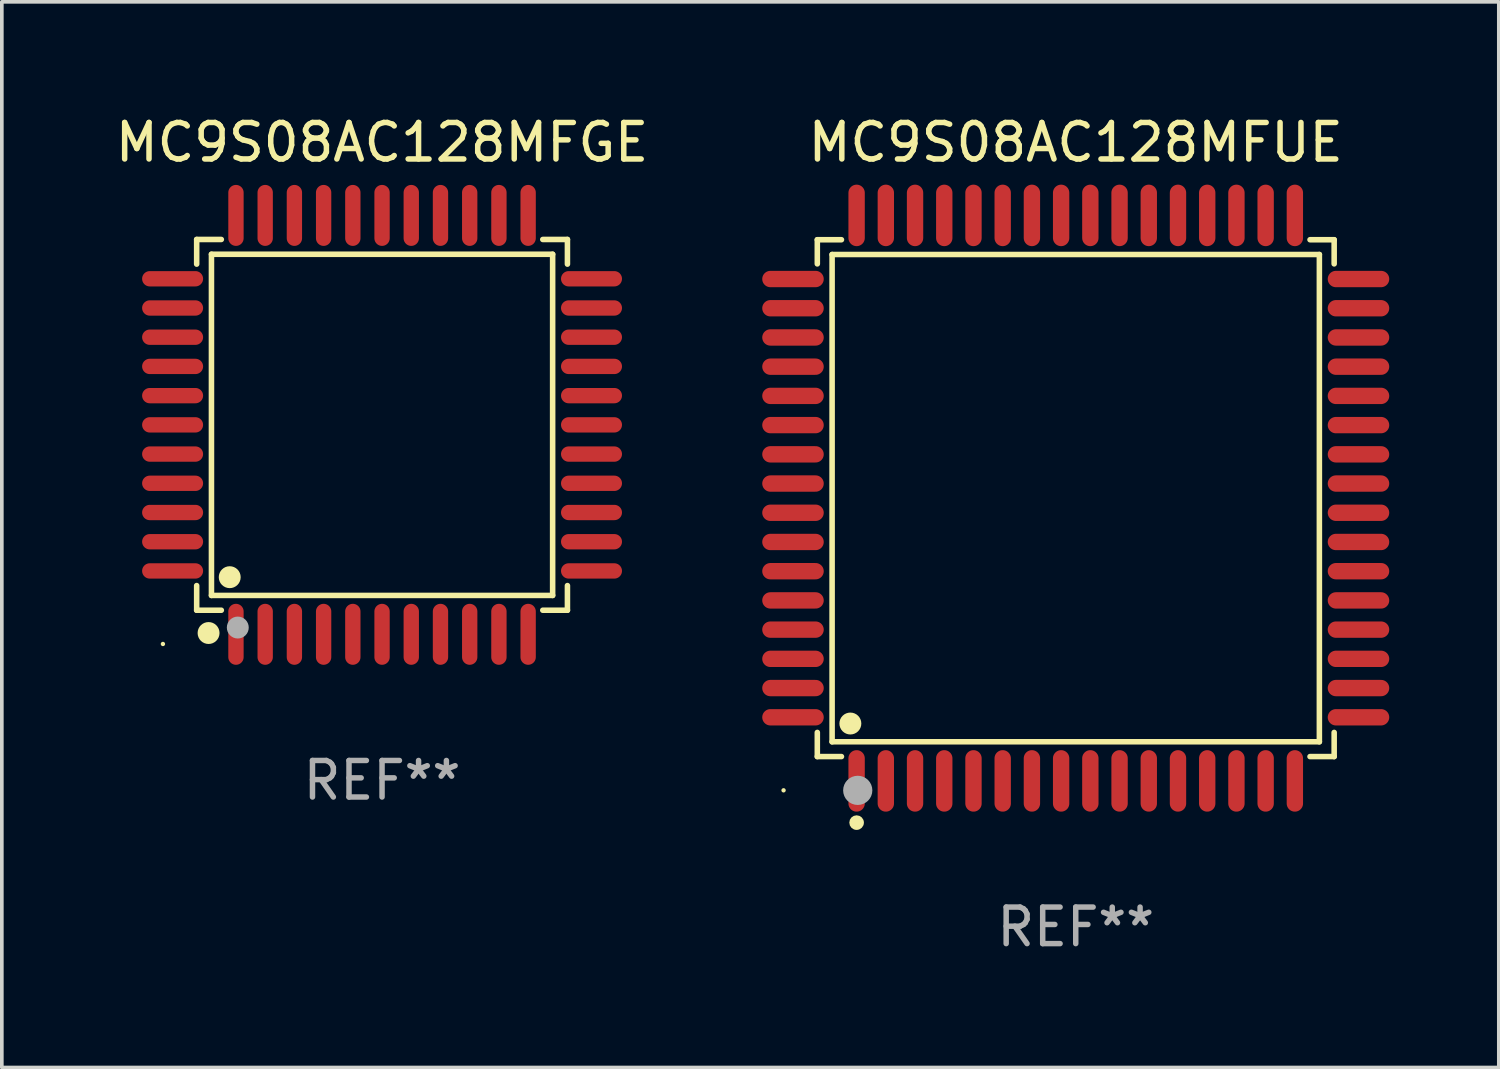
<source format=kicad_pcb>
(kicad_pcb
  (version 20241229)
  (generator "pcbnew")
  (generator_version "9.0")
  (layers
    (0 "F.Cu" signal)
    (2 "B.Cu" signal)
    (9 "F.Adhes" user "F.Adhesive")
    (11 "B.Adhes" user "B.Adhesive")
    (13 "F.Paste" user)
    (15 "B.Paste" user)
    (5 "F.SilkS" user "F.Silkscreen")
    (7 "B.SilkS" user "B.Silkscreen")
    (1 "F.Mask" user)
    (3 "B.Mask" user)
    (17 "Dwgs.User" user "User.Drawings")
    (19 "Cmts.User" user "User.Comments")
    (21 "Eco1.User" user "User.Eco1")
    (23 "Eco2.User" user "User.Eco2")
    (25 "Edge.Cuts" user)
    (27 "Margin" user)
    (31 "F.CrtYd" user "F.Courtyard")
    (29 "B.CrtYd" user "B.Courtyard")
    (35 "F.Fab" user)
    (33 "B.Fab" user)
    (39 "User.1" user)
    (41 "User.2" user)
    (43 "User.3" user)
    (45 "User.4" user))
  (footprint "MC9S08AC128MFUE"
    (layer "F.Cu")
    (at 26.405 10.59)
    (property "Reference" "MC9S08AC128MFUE" (at 0 -9.742 0) (layer "F.SilkS") (effects (font (size 1 1) (thickness 0.15))))
    (attr through_hole)
    (fp_line (start -7.076 -7.076) (end -6.415 -7.076) (stroke (width 0.152) (type solid)) (layer "F.SilkS"))
    (fp_line (start -7.076 -6.415) (end -7.076 -7.076) (stroke (width 0.152) (type solid)) (layer "F.SilkS"))
    (fp_line (start -7.076 6.415) (end -7.076 7.076) (stroke (width 0.152) (type solid)) (layer "F.SilkS"))
    (fp_line (start -7.076 7.076) (end -6.415 7.076) (stroke (width 0.152) (type solid)) (layer "F.SilkS"))
    (fp_line (start -6.671 -6.671) (end 6.671 -6.671) (stroke (width 0.152) (type solid)) (layer "F.SilkS"))
    (fp_line (start -6.671 6.671) (end -6.671 -6.671) (stroke (width 0.152) (type solid)) (layer "F.SilkS"))
    (fp_line (start 6.671 -6.671) (end 6.671 6.671) (stroke (width 0.152) (type solid)) (layer "F.SilkS"))
    (fp_line (start 6.671 6.671) (end -6.671 6.671) (stroke (width 0.152) (type solid)) (layer "F.SilkS"))
    (fp_line (start 7.076 -7.076) (end 6.415 -7.076) (stroke (width 0.152) (type solid)) (layer "F.SilkS"))
    (fp_line (start 7.076 -6.415) (end 7.076 -7.076) (stroke (width 0.152) (type solid)) (layer "F.SilkS"))
    (fp_line (start 7.076 6.415) (end 7.076 7.076) (stroke (width 0.152) (type solid)) (layer "F.SilkS"))
    (fp_line (start 7.076 7.076) (end 6.415 7.076) (stroke (width 0.152) (type solid)) (layer "F.SilkS"))
    (fp_circle (center -8 8) (end -7.97 8) (stroke (width 0.06) (type solid)) (fill no) (layer "F.SilkS"))
    (fp_circle (center -6.171 6.171) (end -6.021 6.171) (stroke (width 0.3) (type solid)) (fill no) (layer "F.SilkS"))
    (fp_circle (center -6 8.884) (end -5.9 8.884) (stroke (width 0.2) (type solid)) (fill no) (layer "F.SilkS"))
    (fp_circle (center -5.969 8.001) (end -5.769 8.001) (stroke (width 0.4) (type solid)) (fill no) (layer "F.Fab"))
    (fp_text user "REF**" (at 0 11.742 0) (layer "F.Fab") (effects (font (size 1 1) (thickness 0.15))))
    (pad "1" smd oval (at -6 7.742) (size 0.448 1.684) (layers "F.Cu" "F.Mask" "F.Paste"))
    (pad "2" smd oval (at -5.2 7.742) (size 0.448 1.684) (layers "F.Cu" "F.Mask" "F.Paste"))
    (pad "3" smd oval (at -4.4 7.742) (size 0.448 1.684) (layers "F.Cu" "F.Mask" "F.Paste"))
    (pad "4" smd oval (at -3.6 7.742) (size 0.448 1.684) (layers "F.Cu" "F.Mask" "F.Paste"))
    (pad "5" smd oval (at -2.8 7.742) (size 0.448 1.684) (layers "F.Cu" "F.Mask" "F.Paste"))
    (pad "6" smd oval (at -2 7.742) (size 0.448 1.684) (layers "F.Cu" "F.Mask" "F.Paste"))
    (pad "7" smd oval (at -1.2 7.742) (size 0.448 1.684) (layers "F.Cu" "F.Mask" "F.Paste"))
    (pad "8" smd oval (at -0.4 7.742) (size 0.448 1.684) (layers "F.Cu" "F.Mask" "F.Paste"))
    (pad "9" smd oval (at 0.4 7.742) (size 0.448 1.684) (layers "F.Cu" "F.Mask" "F.Paste"))
    (pad "10" smd oval (at 1.2 7.742) (size 0.448 1.684) (layers "F.Cu" "F.Mask" "F.Paste"))
    (pad "11" smd oval (at 2 7.742) (size 0.448 1.684) (layers "F.Cu" "F.Mask" "F.Paste"))
    (pad "12" smd oval (at 2.8 7.742) (size 0.448 1.684) (layers "F.Cu" "F.Mask" "F.Paste"))
    (pad "13" smd oval (at 3.6 7.742) (size 0.448 1.684) (layers "F.Cu" "F.Mask" "F.Paste"))
    (pad "14" smd oval (at 4.4 7.742) (size 0.448 1.684) (layers "F.Cu" "F.Mask" "F.Paste"))
    (pad "15" smd oval (at 5.2 7.742) (size 0.448 1.684) (layers "F.Cu" "F.Mask" "F.Paste"))
    (pad "16" smd oval (at 6 7.742) (size 0.448 1.684) (layers "F.Cu" "F.Mask" "F.Paste"))
    (pad "17" smd oval (at 7.742 6) (size 1.684 0.448) (layers "F.Cu" "F.Mask" "F.Paste"))
    (pad "18" smd oval (at 7.742 5.2) (size 1.684 0.448) (layers "F.Cu" "F.Mask" "F.Paste"))
    (pad "19" smd oval (at 7.742 4.4) (size 1.684 0.448) (layers "F.Cu" "F.Mask" "F.Paste"))
    (pad "20" smd oval (at 7.742 3.6) (size 1.684 0.448) (layers "F.Cu" "F.Mask" "F.Paste"))
    (pad "21" smd oval (at 7.742 2.8) (size 1.684 0.448) (layers "F.Cu" "F.Mask" "F.Paste"))
    (pad "22" smd oval (at 7.742 2) (size 1.684 0.448) (layers "F.Cu" "F.Mask" "F.Paste"))
    (pad "23" smd oval (at 7.742 1.2) (size 1.684 0.448) (layers "F.Cu" "F.Mask" "F.Paste"))
    (pad "24" smd oval (at 7.742 0.4) (size 1.684 0.448) (layers "F.Cu" "F.Mask" "F.Paste"))
    (pad "25" smd oval (at 7.742 -0.4) (size 1.684 0.448) (layers "F.Cu" "F.Mask" "F.Paste"))
    (pad "26" smd oval (at 7.742 -1.2) (size 1.684 0.448) (layers "F.Cu" "F.Mask" "F.Paste"))
    (pad "27" smd oval (at 7.742 -2) (size 1.684 0.448) (layers "F.Cu" "F.Mask" "F.Paste"))
    (pad "28" smd oval (at 7.742 -2.8) (size 1.684 0.448) (layers "F.Cu" "F.Mask" "F.Paste"))
    (pad "29" smd oval (at 7.742 -3.6) (size 1.684 0.448) (layers "F.Cu" "F.Mask" "F.Paste"))
    (pad "30" smd oval (at 7.742 -4.4) (size 1.684 0.448) (layers "F.Cu" "F.Mask" "F.Paste"))
    (pad "31" smd oval (at 7.742 -5.2) (size 1.684 0.448) (layers "F.Cu" "F.Mask" "F.Paste"))
    (pad "32" smd oval (at 7.742 -6) (size 1.684 0.448) (layers "F.Cu" "F.Mask" "F.Paste"))
    (pad "33" smd oval (at 6 -7.742) (size 0.448 1.684) (layers "F.Cu" "F.Mask" "F.Paste"))
    (pad "34" smd oval (at 5.2 -7.742) (size 0.448 1.684) (layers "F.Cu" "F.Mask" "F.Paste"))
    (pad "35" smd oval (at 4.4 -7.742) (size 0.448 1.684) (layers "F.Cu" "F.Mask" "F.Paste"))
    (pad "36" smd oval (at 3.6 -7.742) (size 0.448 1.684) (layers "F.Cu" "F.Mask" "F.Paste"))
    (pad "37" smd oval (at 2.8 -7.742) (size 0.448 1.684) (layers "F.Cu" "F.Mask" "F.Paste"))
    (pad "38" smd oval (at 2 -7.742) (size 0.448 1.684) (layers "F.Cu" "F.Mask" "F.Paste"))
    (pad "39" smd oval (at 1.2 -7.742) (size 0.448 1.684) (layers "F.Cu" "F.Mask" "F.Paste"))
    (pad "40" smd oval (at 0.4 -7.742) (size 0.448 1.684) (layers "F.Cu" "F.Mask" "F.Paste"))
    (pad "41" smd oval (at -0.4 -7.742) (size 0.448 1.684) (layers "F.Cu" "F.Mask" "F.Paste"))
    (pad "42" smd oval (at -1.2 -7.742) (size 0.448 1.684) (layers "F.Cu" "F.Mask" "F.Paste"))
    (pad "43" smd oval (at -2 -7.742) (size 0.448 1.684) (layers "F.Cu" "F.Mask" "F.Paste"))
    (pad "44" smd oval (at -2.8 -7.742) (size 0.448 1.684) (layers "F.Cu" "F.Mask" "F.Paste"))
    (pad "45" smd oval (at -3.6 -7.742) (size 0.448 1.684) (layers "F.Cu" "F.Mask" "F.Paste"))
    (pad "46" smd oval (at -4.4 -7.742) (size 0.448 1.684) (layers "F.Cu" "F.Mask" "F.Paste"))
    (pad "47" smd oval (at -5.2 -7.742) (size 0.448 1.684) (layers "F.Cu" "F.Mask" "F.Paste"))
    (pad "48" smd oval (at -6 -7.742) (size 0.448 1.684) (layers "F.Cu" "F.Mask" "F.Paste"))
    (pad "49" smd oval (at -7.742 -6) (size 1.684 0.448) (layers "F.Cu" "F.Mask" "F.Paste"))
    (pad "50" smd oval (at -7.742 -5.2) (size 1.684 0.448) (layers "F.Cu" "F.Mask" "F.Paste"))
    (pad "51" smd oval (at -7.742 -4.4) (size 1.684 0.448) (layers "F.Cu" "F.Mask" "F.Paste"))
    (pad "52" smd oval (at -7.742 -3.6) (size 1.684 0.448) (layers "F.Cu" "F.Mask" "F.Paste"))
    (pad "53" smd oval (at -7.742 -2.8) (size 1.684 0.448) (layers "F.Cu" "F.Mask" "F.Paste"))
    (pad "54" smd oval (at -7.742 -2) (size 1.684 0.448) (layers "F.Cu" "F.Mask" "F.Paste"))
    (pad "55" smd oval (at -7.742 -1.2) (size 1.684 0.448) (layers "F.Cu" "F.Mask" "F.Paste"))
    (pad "56" smd oval (at -7.742 -0.4) (size 1.684 0.448) (layers "F.Cu" "F.Mask" "F.Paste"))
    (pad "57" smd oval (at -7.742 0.4) (size 1.684 0.448) (layers "F.Cu" "F.Mask" "F.Paste"))
    (pad "58" smd oval (at -7.742 1.2) (size 1.684 0.448) (layers "F.Cu" "F.Mask" "F.Paste"))
    (pad "59" smd oval (at -7.742 2) (size 1.684 0.448) (layers "F.Cu" "F.Mask" "F.Paste"))
    (pad "60" smd oval (at -7.742 2.8) (size 1.684 0.448) (layers "F.Cu" "F.Mask" "F.Paste"))
    (pad "61" smd oval (at -7.742 3.6) (size 1.684 0.448) (layers "F.Cu" "F.Mask" "F.Paste"))
    (pad "62" smd oval (at -7.742 4.4) (size 1.684 0.448) (layers "F.Cu" "F.Mask" "F.Paste"))
    (pad "63" smd oval (at -7.742 5.2) (size 1.684 0.448) (layers "F.Cu" "F.Mask" "F.Paste"))
    (pad "64" smd oval (at -7.742 6) (size 1.684 0.448) (layers "F.Cu" "F.Mask" "F.Paste")))
  (footprint "MC9S08AC128MFGE"
    (layer "F.Cu")
    (at 7.411 8.583)
    (property "Reference" "MC9S08AC128MFGE" (at 0 -7.735 0) (layer "F.SilkS") (effects (font (size 1 1) (thickness 0.15))))
    (attr through_hole)
    (fp_line (start -5.076 -5.076) (end -4.401 -5.076) (stroke (width 0.152) (type solid)) (layer "F.SilkS"))
    (fp_line (start -5.076 -4.401) (end -5.076 -5.076) (stroke (width 0.152) (type solid)) (layer "F.SilkS"))
    (fp_line (start -5.076 4.401) (end -5.076 5.076) (stroke (width 0.152) (type solid)) (layer "F.SilkS"))
    (fp_line (start -5.076 5.076) (end -4.401 5.076) (stroke (width 0.152) (type solid)) (layer "F.SilkS"))
    (fp_line (start -4.671 -4.671) (end 4.671 -4.671) (stroke (width 0.152) (type solid)) (layer "F.SilkS"))
    (fp_line (start -4.671 4.671) (end -4.671 -4.671) (stroke (width 0.152) (type solid)) (layer "F.SilkS"))
    (fp_line (start 4.671 -4.671) (end 4.671 4.671) (stroke (width 0.152) (type solid)) (layer "F.SilkS"))
    (fp_line (start 4.671 4.671) (end -4.671 4.671) (stroke (width 0.152) (type solid)) (layer "F.SilkS"))
    (fp_line (start 5.076 -5.076) (end 4.401 -5.076) (stroke (width 0.152) (type solid)) (layer "F.SilkS"))
    (fp_line (start 5.076 -4.401) (end 5.076 -5.076) (stroke (width 0.152) (type solid)) (layer "F.SilkS"))
    (fp_line (start 5.076 4.401) (end 5.076 5.076) (stroke (width 0.152) (type solid)) (layer "F.SilkS"))
    (fp_line (start 5.076 5.076) (end 4.401 5.076) (stroke (width 0.152) (type solid)) (layer "F.SilkS"))
    (fp_circle (center -6 6) (end -5.97 6) (stroke (width 0.06) (type solid)) (fill no) (layer "F.SilkS"))
    (fp_circle (center -4.75 5.7) (end -4.6 5.7) (stroke (width 0.3) (type solid)) (fill no) (layer "F.SilkS"))
    (fp_circle (center -4.171 4.171) (end -4.021 4.171) (stroke (width 0.3) (type solid)) (fill no) (layer "F.SilkS"))
    (fp_circle (center -3.95 5.55) (end -3.8 5.55) (stroke (width 0.3) (type solid)) (fill no) (layer "F.Fab"))
    (fp_text user "REF**" (at 0 9.735 0) (layer "F.Fab") (effects (font (size 1 1) (thickness 0.15))))
    (pad "1" smd oval (at -4 5.735) (size 0.42 1.67) (layers "F.Cu" "F.Mask" "F.Paste"))
    (pad "2" smd oval (at -3.2 5.735) (size 0.42 1.67) (layers "F.Cu" "F.Mask" "F.Paste"))
    (pad "3" smd oval (at -2.4 5.735) (size 0.42 1.67) (layers "F.Cu" "F.Mask" "F.Paste"))
    (pad "4" smd oval (at -1.6 5.735) (size 0.42 1.67) (layers "F.Cu" "F.Mask" "F.Paste"))
    (pad "5" smd oval (at -0.8 5.735) (size 0.42 1.67) (layers "F.Cu" "F.Mask" "F.Paste"))
    (pad "6" smd oval (at 0 5.735) (size 0.42 1.67) (layers "F.Cu" "F.Mask" "F.Paste"))
    (pad "7" smd oval (at 0.8 5.735) (size 0.42 1.67) (layers "F.Cu" "F.Mask" "F.Paste"))
    (pad "8" smd oval (at 1.6 5.735) (size 0.42 1.67) (layers "F.Cu" "F.Mask" "F.Paste"))
    (pad "9" smd oval (at 2.4 5.735) (size 0.42 1.67) (layers "F.Cu" "F.Mask" "F.Paste"))
    (pad "10" smd oval (at 3.2 5.735) (size 0.42 1.67) (layers "F.Cu" "F.Mask" "F.Paste"))
    (pad "11" smd oval (at 4 5.735) (size 0.42 1.67) (layers "F.Cu" "F.Mask" "F.Paste"))
    (pad "12" smd oval (at 5.735 4) (size 1.67 0.42) (layers "F.Cu" "F.Mask" "F.Paste"))
    (pad "13" smd oval (at 5.735 3.2) (size 1.67 0.42) (layers "F.Cu" "F.Mask" "F.Paste"))
    (pad "14" smd oval (at 5.735 2.4) (size 1.67 0.42) (layers "F.Cu" "F.Mask" "F.Paste"))
    (pad "15" smd oval (at 5.735 1.6) (size 1.67 0.42) (layers "F.Cu" "F.Mask" "F.Paste"))
    (pad "16" smd oval (at 5.735 0.8) (size 1.67 0.42) (layers "F.Cu" "F.Mask" "F.Paste"))
    (pad "17" smd oval (at 5.735 0) (size 1.67 0.42) (layers "F.Cu" "F.Mask" "F.Paste"))
    (pad "18" smd oval (at 5.735 -0.8) (size 1.67 0.42) (layers "F.Cu" "F.Mask" "F.Paste"))
    (pad "19" smd oval (at 5.735 -1.6) (size 1.67 0.42) (layers "F.Cu" "F.Mask" "F.Paste"))
    (pad "20" smd oval (at 5.735 -2.4) (size 1.67 0.42) (layers "F.Cu" "F.Mask" "F.Paste"))
    (pad "21" smd oval (at 5.735 -3.2) (size 1.67 0.42) (layers "F.Cu" "F.Mask" "F.Paste"))
    (pad "22" smd oval (at 5.735 -4) (size 1.67 0.42) (layers "F.Cu" "F.Mask" "F.Paste"))
    (pad "23" smd oval (at 4 -5.735) (size 0.42 1.67) (layers "F.Cu" "F.Mask" "F.Paste"))
    (pad "24" smd oval (at 3.2 -5.735) (size 0.42 1.67) (layers "F.Cu" "F.Mask" "F.Paste"))
    (pad "25" smd oval (at 2.4 -5.735) (size 0.42 1.67) (layers "F.Cu" "F.Mask" "F.Paste"))
    (pad "26" smd oval (at 1.6 -5.735) (size 0.42 1.67) (layers "F.Cu" "F.Mask" "F.Paste"))
    (pad "27" smd oval (at 0.8 -5.735) (size 0.42 1.67) (layers "F.Cu" "F.Mask" "F.Paste"))
    (pad "28" smd oval (at 0 -5.735) (size 0.42 1.67) (layers "F.Cu" "F.Mask" "F.Paste"))
    (pad "29" smd oval (at -0.8 -5.735) (size 0.42 1.67) (layers "F.Cu" "F.Mask" "F.Paste"))
    (pad "30" smd oval (at -1.6 -5.735) (size 0.42 1.67) (layers "F.Cu" "F.Mask" "F.Paste"))
    (pad "31" smd oval (at -2.4 -5.735) (size 0.42 1.67) (layers "F.Cu" "F.Mask" "F.Paste"))
    (pad "32" smd oval (at -3.2 -5.735) (size 0.42 1.67) (layers "F.Cu" "F.Mask" "F.Paste"))
    (pad "33" smd oval (at -4 -5.735) (size 0.42 1.67) (layers "F.Cu" "F.Mask" "F.Paste"))
    (pad "34" smd oval (at -5.735 -4) (size 1.67 0.42) (layers "F.Cu" "F.Mask" "F.Paste"))
    (pad "35" smd oval (at -5.735 -3.2) (size 1.67 0.42) (layers "F.Cu" "F.Mask" "F.Paste"))
    (pad "36" smd oval (at -5.735 -2.4) (size 1.67 0.42) (layers "F.Cu" "F.Mask" "F.Paste"))
    (pad "37" smd oval (at -5.735 -1.6) (size 1.67 0.42) (layers "F.Cu" "F.Mask" "F.Paste"))
    (pad "38" smd oval (at -5.735 -0.8) (size 1.67 0.42) (layers "F.Cu" "F.Mask" "F.Paste"))
    (pad "39" smd oval (at -5.735 0) (size 1.67 0.42) (layers "F.Cu" "F.Mask" "F.Paste"))
    (pad "40" smd oval (at -5.735 0.8) (size 1.67 0.42) (layers "F.Cu" "F.Mask" "F.Paste"))
    (pad "41" smd oval (at -5.735 1.6) (size 1.67 0.42) (layers "F.Cu" "F.Mask" "F.Paste"))
    (pad "42" smd oval (at -5.735 2.4) (size 1.67 0.42) (layers "F.Cu" "F.Mask" "F.Paste"))
    (pad "43" smd oval (at -5.735 3.2) (size 1.67 0.42) (layers "F.Cu" "F.Mask" "F.Paste"))
    (pad "44" smd oval (at -5.735 4) (size 1.67 0.42) (layers "F.Cu" "F.Mask" "F.Paste")))
  (gr_rect
    (start -3 -3)
    (end 37.989 26.18)
    (stroke (width 0.1) (type default))
    (fill no)
    (layer "Edge.Cuts")))
</source>
